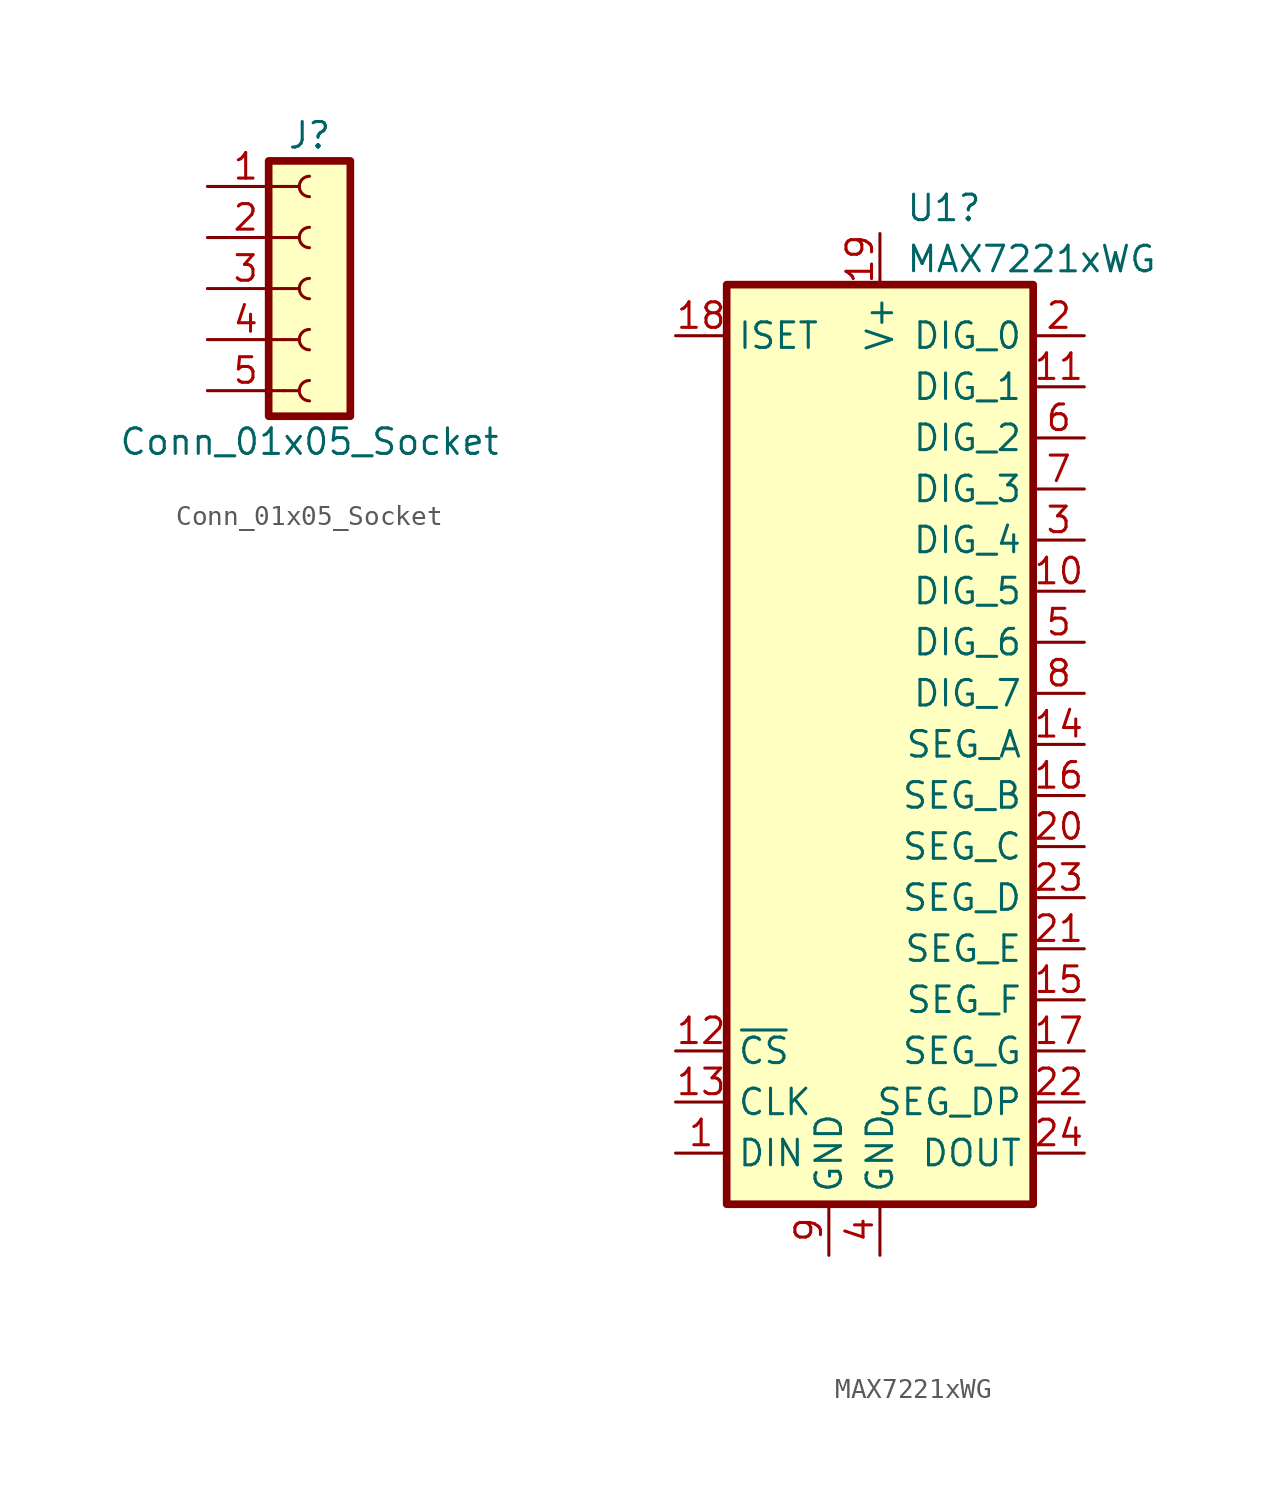
<source format=kicad_sym>
(kicad_symbol_lib
  (version 20220914)
  (generator kicad_symbol_editor)
  (symbol "Conn_01x05_Socket"
    (pin_names
      (offset 1.016) hide)
    (property "Reference" "J"
      (at 0 7.62 0)
      (effects (font (size 1.27 1.27))))
    (property "Value" "Conn_01x05_Socket"
      (at 0 -7.62 0)
      (effects (font (size 1.27 1.27))))
    (property "ki_locked" ""
      (at 0 0 0)
      (effects (font (size 1.27 1.27))))
    (symbol "Conn_01x05_Socket_1_1"
      (rectangle (start -2.032 6.35) (end 2.032 -6.35) (stroke (width 0.381) (type default)) (fill (type background)))
      (arc (start 0 -4.572) (mid -0.5058 -5.08) (end 0 -5.588) (stroke (width 0.1524) (type default)) (fill (type none)))
      (arc (start 0 -2.032) (mid -0.5058 -2.54) (end 0 -3.048) (stroke (width 0.1524) (type default)) (fill (type none)))
      (polyline (pts (xy -1.27 -5.08) (xy -0.508 -5.08)) (stroke (width 0.152) (type default)) (fill (type none)))
      (polyline (pts (xy -1.27 -2.54) (xy -0.508 -2.54)) (stroke (width 0.152) (type default)) (fill (type none)))
      (polyline (pts (xy -1.27 0) (xy -0.508 0)) (stroke (width 0.152) (type default)) (fill (type none)))
      (polyline (pts (xy -1.27 2.54) (xy -0.508 2.54)) (stroke (width 0.152) (type default)) (fill (type none)))
      (polyline (pts (xy -1.27 5.08) (xy -0.508 5.08)) (stroke (width 0.152) (type default)) (fill (type none)))
      (arc (start 0 0.508) (mid -0.5058 0) (end 0 -0.508) (stroke (width 0.1524) (type default)) (fill (type none)))
      (arc (start 0 3.048) (mid -0.5058 2.54) (end 0 2.032) (stroke (width 0.1524) (type default)) (fill (type none)))
      (arc (start 0 5.588) (mid -0.5058 5.08) (end 0 4.572) (stroke (width 0.1524) (type default)) (fill (type none)))
      (pin passive line (at -5.08 5.08 0) (length 3.81) (name "Pin_1" (effects (font (size 1.27 1.27)))) (number "1" (effects (font (size 1.27 1.27)))))
      (pin passive line (at -5.08 2.54 0) (length 3.81) (name "Pin_2" (effects (font (size 1.27 1.27)))) (number "2" (effects (font (size 1.27 1.27)))))
      (pin passive line (at -5.08 0 0) (length 3.81) (name "Pin_3" (effects (font (size 1.27 1.27)))) (number "3" (effects (font (size 1.27 1.27)))))
      (pin passive line (at -5.08 -2.54 0) (length 3.81) (name "Pin_4" (effects (font (size 1.27 1.27)))) (number "4" (effects (font (size 1.27 1.27)))))
      (pin passive line (at -5.08 -5.08 0) (length 3.81) (name "Pin_5" (effects (font (size 1.27 1.27)))) (number "5" (effects (font (size 1.27 1.27)))))))
  (symbol "MAX7221xWG"
    (property "Reference" "U1"
      (at 1.27 26.67 0)
      (effects (font (size 1.27 1.27)) (justify left)))
    (property "Value" "MAX7221xWG"
      (at 1.27 24.13 0)
      (effects (font (size 1.27 1.27)) (justify left)))
    (symbol "MAX7221xWG_1_1"
      (rectangle (start -7.62 22.86) (end 7.62 -22.86) (stroke (width 0.381) (type default)) (fill (type background)))
      (pin input line (at -10.16 -20.32 0) (length 2.54) (name "DIN" (effects (font (size 1.27 1.27)))) (number "1" (effects (font (size 1.27 1.27)))))
      (pin open_collector line (at 10.16 7.62 180) (length 2.54) (name "DIG_5" (effects (font (size 1.27 1.27)))) (number "10" (effects (font (size 1.27 1.27)))))
      (pin open_collector line (at 10.16 17.78 180) (length 2.54) (name "DIG_1" (effects (font (size 1.27 1.27)))) (number "11" (effects (font (size 1.27 1.27)))))
      (pin input line (at -10.16 -15.24 0) (length 2.54) (name "~{CS}" (effects (font (size 1.27 1.27)))) (number "12" (effects (font (size 1.27 1.27)))))
      (pin input line (at -10.16 -17.78 0) (length 2.54) (name "CLK" (effects (font (size 1.27 1.27)))) (number "13" (effects (font (size 1.27 1.27)))))
      (pin open_emitter line (at 10.16 0 180) (length 2.54) (name "SEG_A" (effects (font (size 1.27 1.27)))) (number "14" (effects (font (size 1.27 1.27)))))
      (pin open_emitter line (at 10.16 -12.7 180) (length 2.54) (name "SEG_F" (effects (font (size 1.27 1.27)))) (number "15" (effects (font (size 1.27 1.27)))))
      (pin open_emitter line (at 10.16 -2.54 180) (length 2.54) (name "SEG_B" (effects (font (size 1.27 1.27)))) (number "16" (effects (font (size 1.27 1.27)))))
      (pin open_emitter line (at 10.16 -15.24 180) (length 2.54) (name "SEG_G" (effects (font (size 1.27 1.27)))) (number "17" (effects (font (size 1.27 1.27)))))
      (pin input line (at -10.16 20.32 0) (length 2.54) (name "ISET" (effects (font (size 1.27 1.27)))) (number "18" (effects (font (size 1.27 1.27)))))
      (pin power_in line (at 0 25.4 270) (length 2.54) (name "V+" (effects (font (size 1.27 1.27)))) (number "19" (effects (font (size 1.27 1.27)))))
      (pin open_collector line (at 10.16 20.32 180) (length 2.54) (name "DIG_0" (effects (font (size 1.27 1.27)))) (number "2" (effects (font (size 1.27 1.27)))))
      (pin open_emitter line (at 10.16 -5.08 180) (length 2.54) (name "SEG_C" (effects (font (size 1.27 1.27)))) (number "20" (effects (font (size 1.27 1.27)))))
      (pin open_emitter line (at 10.16 -10.16 180) (length 2.54) (name "SEG_E" (effects (font (size 1.27 1.27)))) (number "21" (effects (font (size 1.27 1.27)))))
      (pin open_emitter line (at 10.16 -17.78 180) (length 2.54) (name "SEG_DP" (effects (font (size 1.27 1.27)))) (number "22" (effects (font (size 1.27 1.27)))))
      (pin open_emitter line (at 10.16 -7.62 180) (length 2.54) (name "SEG_D" (effects (font (size 1.27 1.27)))) (number "23" (effects (font (size 1.27 1.27)))))
      (pin output line (at 10.16 -20.32 180) (length 2.54) (name "DOUT" (effects (font (size 1.27 1.27)))) (number "24" (effects (font (size 1.27 1.27)))))
      (pin open_collector line (at 10.16 10.16 180) (length 2.54) (name "DIG_4" (effects (font (size 1.27 1.27)))) (number "3" (effects (font (size 1.27 1.27)))))
      (pin power_in line (at 0 -25.4 90) (length 2.54) (name "GND" (effects (font (size 1.27 1.27)))) (number "4" (effects (font (size 1.27 1.27)))))
      (pin open_collector line (at 10.16 5.08 180) (length 2.54) (name "DIG_6" (effects (font (size 1.27 1.27)))) (number "5" (effects (font (size 1.27 1.27)))))
      (pin open_collector line (at 10.16 15.24 180) (length 2.54) (name "DIG_2" (effects (font (size 1.27 1.27)))) (number "6" (effects (font (size 1.27 1.27)))))
      (pin open_collector line (at 10.16 12.7 180) (length 2.54) (name "DIG_3" (effects (font (size 1.27 1.27)))) (number "7" (effects (font (size 1.27 1.27)))))
      (pin open_collector line (at 10.16 2.54 180) (length 2.54) (name "DIG_7" (effects (font (size 1.27 1.27)))) (number "8" (effects (font (size 1.27 1.27)))))
      (pin passive line (at -2.54 -25.4 90) (length 2.54) (name "GND" (effects (font (size 1.27 1.27)))) (number "9" (effects (font (size 1.27 1.27))))))))
</source>
